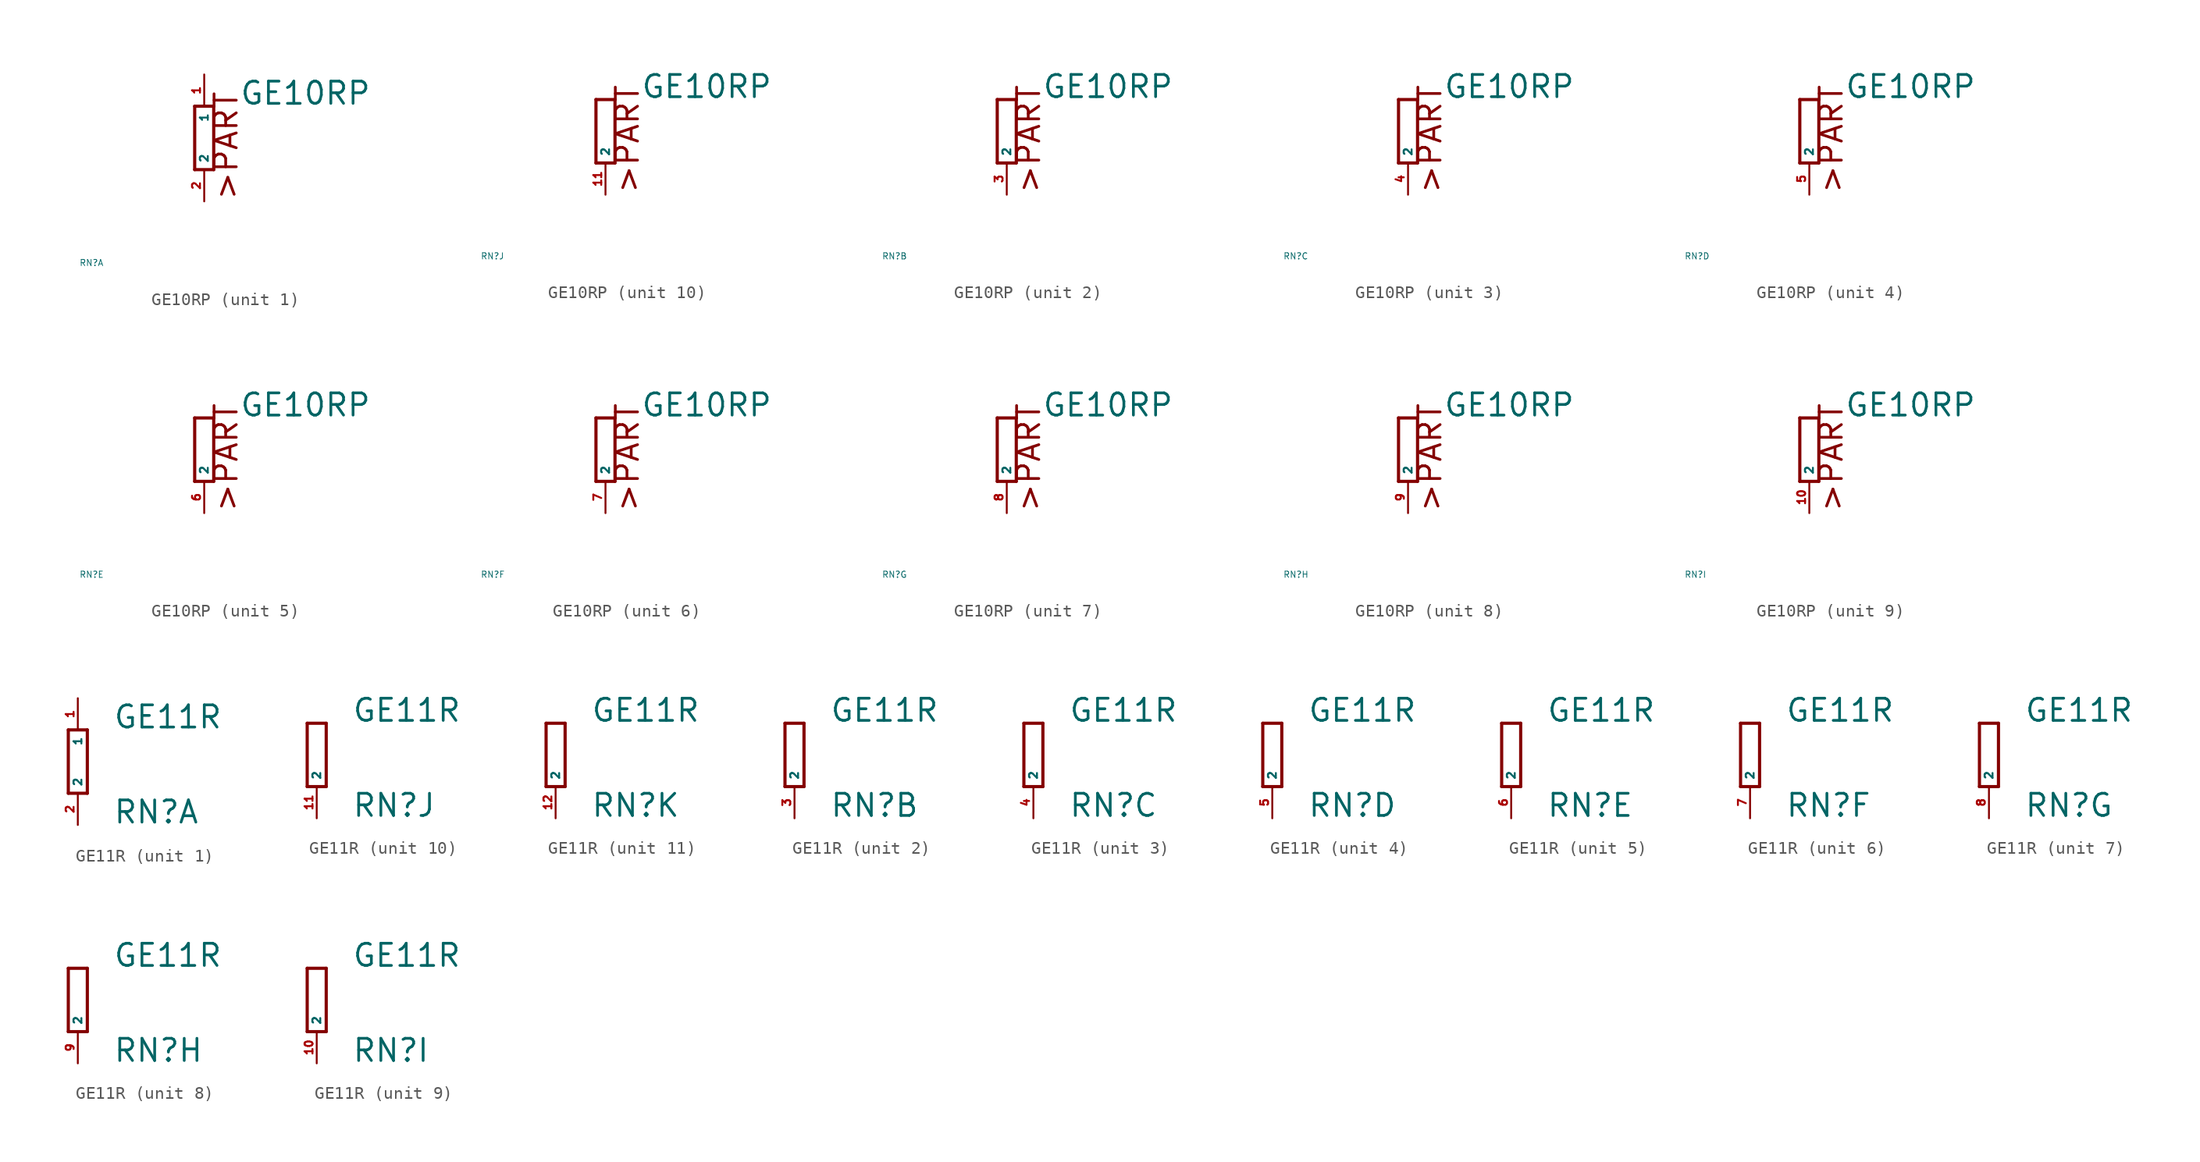
<source format=kicad_sym>
(kicad_symbol_lib
  (version 20220914)
  (generator Eagle2Kicad)
  (symbol "GE10RP"
    (property "Reference" "RN"
      (at -10 -10 0)
      (effects (font (size 0.5 0.5) (thickness 0.06)) (justify left)))
    (property "Value" "GE10RP"
      (at 2.794 2.54 0)
      (effects (font (size 1.778 1.778) (thickness 0.22)) (justify left bottom)))
    (symbol "GE10RP_1_0"
      (polyline (pts (xy 0.762 -2.54) (xy 0.762 2.54)) (stroke (width 0.254) (type default)) (fill (type none)))
      (polyline (pts (xy -0.762 2.54) (xy -0.762 -2.54)) (stroke (width 0.254) (type default)) (fill (type none)))
      (polyline (pts (xy 0.762 2.54) (xy -0.762 2.54)) (stroke (width 0.254) (type default)) (fill (type none)))
      (polyline (pts (xy -0.762 -2.54) (xy 0.762 -2.54)) (stroke (width 0.254) (type default)) (fill (type none)))
      (text ">PART" (at 2.794 -5.08 900) (effects (font (size 1.778 1.778) (thickness 0.22)) (justify left bottom)))
      (pin passive line (at 0 5.08 270) (length 2.54) (name "1" (effects (font (size 0.635 0.635) (thickness 0.08)) (justify left bottom))) (number "1" (effects (font (size 0.635 0.635) (thickness 0.08)) (justify left bottom))))
      (pin passive line (at 0 -5.08 90) (length 2.54) (name "2" (effects (font (size 0.635 0.635) (thickness 0.08)) (justify left bottom))) (number "2" (effects (font (size 0.635 0.635) (thickness 0.08)) (justify left bottom)))))
    (symbol "GE10RP_2_0"
      (polyline (pts (xy -0.762 2.54) (xy -0.762 -2.54)) (stroke (width 0.254) (type default)) (fill (type none)))
      (polyline (pts (xy 0.762 -2.54) (xy 0.762 2.54)) (stroke (width 0.254) (type default)) (fill (type none)))
      (polyline (pts (xy -0.762 -2.54) (xy 0.762 -2.54)) (stroke (width 0.254) (type default)) (fill (type none)))
      (polyline (pts (xy 0.762 2.54) (xy -0.762 2.54)) (stroke (width 0.254) (type default)) (fill (type none)))
      (text ">PART" (at 2.794 -5.08 900) (effects (font (size 1.778 1.778) (thickness 0.22)) (justify left bottom)))
      (pin passive line (at 0 -5.08 90) (length 2.54) (name "2" (effects (font (size 0.635 0.635) (thickness 0.08)) (justify left bottom))) (number "3" (effects (font (size 0.635 0.635) (thickness 0.08)) (justify left bottom)))))
    (symbol "GE10RP_3_0"
      (polyline (pts (xy -0.762 2.54) (xy -0.762 -2.54)) (stroke (width 0.254) (type default)) (fill (type none)))
      (polyline (pts (xy 0.762 -2.54) (xy 0.762 2.54)) (stroke (width 0.254) (type default)) (fill (type none)))
      (polyline (pts (xy -0.762 -2.54) (xy 0.762 -2.54)) (stroke (width 0.254) (type default)) (fill (type none)))
      (polyline (pts (xy 0.762 2.54) (xy -0.762 2.54)) (stroke (width 0.254) (type default)) (fill (type none)))
      (text ">PART" (at 2.794 -5.08 900) (effects (font (size 1.778 1.778) (thickness 0.22)) (justify left bottom)))
      (pin passive line (at 0 -5.08 90) (length 2.54) (name "2" (effects (font (size 0.635 0.635) (thickness 0.08)) (justify left bottom))) (number "4" (effects (font (size 0.635 0.635) (thickness 0.08)) (justify left bottom)))))
    (symbol "GE10RP_4_0"
      (polyline (pts (xy -0.762 2.54) (xy -0.762 -2.54)) (stroke (width 0.254) (type default)) (fill (type none)))
      (polyline (pts (xy 0.762 -2.54) (xy 0.762 2.54)) (stroke (width 0.254) (type default)) (fill (type none)))
      (polyline (pts (xy -0.762 -2.54) (xy 0.762 -2.54)) (stroke (width 0.254) (type default)) (fill (type none)))
      (polyline (pts (xy 0.762 2.54) (xy -0.762 2.54)) (stroke (width 0.254) (type default)) (fill (type none)))
      (text ">PART" (at 2.794 -5.08 900) (effects (font (size 1.778 1.778) (thickness 0.22)) (justify left bottom)))
      (pin passive line (at 0 -5.08 90) (length 2.54) (name "2" (effects (font (size 0.635 0.635) (thickness 0.08)) (justify left bottom))) (number "5" (effects (font (size 0.635 0.635) (thickness 0.08)) (justify left bottom)))))
    (symbol "GE10RP_5_0"
      (polyline (pts (xy -0.762 2.54) (xy -0.762 -2.54)) (stroke (width 0.254) (type default)) (fill (type none)))
      (polyline (pts (xy 0.762 -2.54) (xy 0.762 2.54)) (stroke (width 0.254) (type default)) (fill (type none)))
      (polyline (pts (xy -0.762 -2.54) (xy 0.762 -2.54)) (stroke (width 0.254) (type default)) (fill (type none)))
      (polyline (pts (xy 0.762 2.54) (xy -0.762 2.54)) (stroke (width 0.254) (type default)) (fill (type none)))
      (text ">PART" (at 2.794 -5.08 900) (effects (font (size 1.778 1.778) (thickness 0.22)) (justify left bottom)))
      (pin passive line (at 0 -5.08 90) (length 2.54) (name "2" (effects (font (size 0.635 0.635) (thickness 0.08)) (justify left bottom))) (number "6" (effects (font (size 0.635 0.635) (thickness 0.08)) (justify left bottom)))))
    (symbol "GE10RP_6_0"
      (polyline (pts (xy -0.762 2.54) (xy -0.762 -2.54)) (stroke (width 0.254) (type default)) (fill (type none)))
      (polyline (pts (xy 0.762 -2.54) (xy 0.762 2.54)) (stroke (width 0.254) (type default)) (fill (type none)))
      (polyline (pts (xy -0.762 -2.54) (xy 0.762 -2.54)) (stroke (width 0.254) (type default)) (fill (type none)))
      (polyline (pts (xy 0.762 2.54) (xy -0.762 2.54)) (stroke (width 0.254) (type default)) (fill (type none)))
      (text ">PART" (at 2.794 -5.08 900) (effects (font (size 1.778 1.778) (thickness 0.22)) (justify left bottom)))
      (pin passive line (at 0 -5.08 90) (length 2.54) (name "2" (effects (font (size 0.635 0.635) (thickness 0.08)) (justify left bottom))) (number "7" (effects (font (size 0.635 0.635) (thickness 0.08)) (justify left bottom)))))
    (symbol "GE10RP_7_0"
      (polyline (pts (xy -0.762 2.54) (xy -0.762 -2.54)) (stroke (width 0.254) (type default)) (fill (type none)))
      (polyline (pts (xy 0.762 -2.54) (xy 0.762 2.54)) (stroke (width 0.254) (type default)) (fill (type none)))
      (polyline (pts (xy -0.762 -2.54) (xy 0.762 -2.54)) (stroke (width 0.254) (type default)) (fill (type none)))
      (polyline (pts (xy 0.762 2.54) (xy -0.762 2.54)) (stroke (width 0.254) (type default)) (fill (type none)))
      (text ">PART" (at 2.794 -5.08 900) (effects (font (size 1.778 1.778) (thickness 0.22)) (justify left bottom)))
      (pin passive line (at 0 -5.08 90) (length 2.54) (name "2" (effects (font (size 0.635 0.635) (thickness 0.08)) (justify left bottom))) (number "8" (effects (font (size 0.635 0.635) (thickness 0.08)) (justify left bottom)))))
    (symbol "GE10RP_8_0"
      (polyline (pts (xy -0.762 2.54) (xy -0.762 -2.54)) (stroke (width 0.254) (type default)) (fill (type none)))
      (polyline (pts (xy 0.762 -2.54) (xy 0.762 2.54)) (stroke (width 0.254) (type default)) (fill (type none)))
      (polyline (pts (xy -0.762 -2.54) (xy 0.762 -2.54)) (stroke (width 0.254) (type default)) (fill (type none)))
      (polyline (pts (xy 0.762 2.54) (xy -0.762 2.54)) (stroke (width 0.254) (type default)) (fill (type none)))
      (text ">PART" (at 2.794 -5.08 900) (effects (font (size 1.778 1.778) (thickness 0.22)) (justify left bottom)))
      (pin passive line (at 0 -5.08 90) (length 2.54) (name "2" (effects (font (size 0.635 0.635) (thickness 0.08)) (justify left bottom))) (number "9" (effects (font (size 0.635 0.635) (thickness 0.08)) (justify left bottom)))))
    (symbol "GE10RP_9_0"
      (polyline (pts (xy -0.762 2.54) (xy -0.762 -2.54)) (stroke (width 0.254) (type default)) (fill (type none)))
      (polyline (pts (xy 0.762 -2.54) (xy 0.762 2.54)) (stroke (width 0.254) (type default)) (fill (type none)))
      (polyline (pts (xy -0.762 -2.54) (xy 0.762 -2.54)) (stroke (width 0.254) (type default)) (fill (type none)))
      (polyline (pts (xy 0.762 2.54) (xy -0.762 2.54)) (stroke (width 0.254) (type default)) (fill (type none)))
      (text ">PART" (at 2.794 -5.08 900) (effects (font (size 1.778 1.778) (thickness 0.22)) (justify left bottom)))
      (pin passive line (at 0 -5.08 90) (length 2.54) (name "2" (effects (font (size 0.635 0.635) (thickness 0.08)) (justify left bottom))) (number "10" (effects (font (size 0.635 0.635) (thickness 0.08)) (justify left bottom)))))
    (symbol "GE10RP_10_0"
      (polyline (pts (xy -0.762 2.54) (xy -0.762 -2.54)) (stroke (width 0.254) (type default)) (fill (type none)))
      (polyline (pts (xy 0.762 -2.54) (xy 0.762 2.54)) (stroke (width 0.254) (type default)) (fill (type none)))
      (polyline (pts (xy -0.762 -2.54) (xy 0.762 -2.54)) (stroke (width 0.254) (type default)) (fill (type none)))
      (polyline (pts (xy 0.762 2.54) (xy -0.762 2.54)) (stroke (width 0.254) (type default)) (fill (type none)))
      (text ">PART" (at 2.794 -5.08 900) (effects (font (size 1.778 1.778) (thickness 0.22)) (justify left bottom)))
      (pin passive line (at 0 -5.08 90) (length 2.54) (name "2" (effects (font (size 0.635 0.635) (thickness 0.08)) (justify left bottom))) (number "11" (effects (font (size 0.635 0.635) (thickness 0.08)) (justify left bottom))))))
  (symbol "GE11R"
    (property "Reference" "RN"
      (at 2.794 -5.08 0)
      (effects (font (size 1.778 1.778) (thickness 0.22)) (justify left bottom)))
    (property "Value" "GE11R"
      (at 2.794 2.54 0)
      (effects (font (size 1.778 1.778) (thickness 0.22)) (justify left bottom)))
    (symbol "GE11R_1_0"
      (polyline (pts (xy 0.762 -2.54) (xy 0.762 2.54)) (stroke (width 0.254) (type default)) (fill (type none)))
      (polyline (pts (xy -0.762 2.54) (xy -0.762 -2.54)) (stroke (width 0.254) (type default)) (fill (type none)))
      (polyline (pts (xy 0.762 2.54) (xy -0.762 2.54)) (stroke (width 0.254) (type default)) (fill (type none)))
      (polyline (pts (xy -0.762 -2.54) (xy 0.762 -2.54)) (stroke (width 0.254) (type default)) (fill (type none)))
      (pin passive line (at 0 5.08 270) (length 2.54) (name "1" (effects (font (size 0.635 0.635) (thickness 0.08)) (justify left bottom))) (number "1" (effects (font (size 0.635 0.635) (thickness 0.08)) (justify left bottom))))
      (pin passive line (at 0 -5.08 90) (length 2.54) (name "2" (effects (font (size 0.635 0.635) (thickness 0.08)) (justify left bottom))) (number "2" (effects (font (size 0.635 0.635) (thickness 0.08)) (justify left bottom)))))
    (symbol "GE11R_2_0"
      (polyline (pts (xy -0.762 2.54) (xy -0.762 -2.54)) (stroke (width 0.254) (type default)) (fill (type none)))
      (polyline (pts (xy 0.762 -2.54) (xy 0.762 2.54)) (stroke (width 0.254) (type default)) (fill (type none)))
      (polyline (pts (xy -0.762 -2.54) (xy 0.762 -2.54)) (stroke (width 0.254) (type default)) (fill (type none)))
      (polyline (pts (xy 0.762 2.54) (xy -0.762 2.54)) (stroke (width 0.254) (type default)) (fill (type none)))
      (pin passive line (at 0 -5.08 90) (length 2.54) (name "2" (effects (font (size 0.635 0.635) (thickness 0.08)) (justify left bottom))) (number "3" (effects (font (size 0.635 0.635) (thickness 0.08)) (justify left bottom)))))
    (symbol "GE11R_3_0"
      (polyline (pts (xy -0.762 2.54) (xy -0.762 -2.54)) (stroke (width 0.254) (type default)) (fill (type none)))
      (polyline (pts (xy 0.762 -2.54) (xy 0.762 2.54)) (stroke (width 0.254) (type default)) (fill (type none)))
      (polyline (pts (xy -0.762 -2.54) (xy 0.762 -2.54)) (stroke (width 0.254) (type default)) (fill (type none)))
      (polyline (pts (xy 0.762 2.54) (xy -0.762 2.54)) (stroke (width 0.254) (type default)) (fill (type none)))
      (pin passive line (at 0 -5.08 90) (length 2.54) (name "2" (effects (font (size 0.635 0.635) (thickness 0.08)) (justify left bottom))) (number "4" (effects (font (size 0.635 0.635) (thickness 0.08)) (justify left bottom)))))
    (symbol "GE11R_4_0"
      (polyline (pts (xy -0.762 2.54) (xy -0.762 -2.54)) (stroke (width 0.254) (type default)) (fill (type none)))
      (polyline (pts (xy 0.762 -2.54) (xy 0.762 2.54)) (stroke (width 0.254) (type default)) (fill (type none)))
      (polyline (pts (xy -0.762 -2.54) (xy 0.762 -2.54)) (stroke (width 0.254) (type default)) (fill (type none)))
      (polyline (pts (xy 0.762 2.54) (xy -0.762 2.54)) (stroke (width 0.254) (type default)) (fill (type none)))
      (pin passive line (at 0 -5.08 90) (length 2.54) (name "2" (effects (font (size 0.635 0.635) (thickness 0.08)) (justify left bottom))) (number "5" (effects (font (size 0.635 0.635) (thickness 0.08)) (justify left bottom)))))
    (symbol "GE11R_5_0"
      (polyline (pts (xy -0.762 2.54) (xy -0.762 -2.54)) (stroke (width 0.254) (type default)) (fill (type none)))
      (polyline (pts (xy 0.762 -2.54) (xy 0.762 2.54)) (stroke (width 0.254) (type default)) (fill (type none)))
      (polyline (pts (xy -0.762 -2.54) (xy 0.762 -2.54)) (stroke (width 0.254) (type default)) (fill (type none)))
      (polyline (pts (xy 0.762 2.54) (xy -0.762 2.54)) (stroke (width 0.254) (type default)) (fill (type none)))
      (pin passive line (at 0 -5.08 90) (length 2.54) (name "2" (effects (font (size 0.635 0.635) (thickness 0.08)) (justify left bottom))) (number "6" (effects (font (size 0.635 0.635) (thickness 0.08)) (justify left bottom)))))
    (symbol "GE11R_6_0"
      (polyline (pts (xy -0.762 2.54) (xy -0.762 -2.54)) (stroke (width 0.254) (type default)) (fill (type none)))
      (polyline (pts (xy 0.762 -2.54) (xy 0.762 2.54)) (stroke (width 0.254) (type default)) (fill (type none)))
      (polyline (pts (xy -0.762 -2.54) (xy 0.762 -2.54)) (stroke (width 0.254) (type default)) (fill (type none)))
      (polyline (pts (xy 0.762 2.54) (xy -0.762 2.54)) (stroke (width 0.254) (type default)) (fill (type none)))
      (pin passive line (at 0 -5.08 90) (length 2.54) (name "2" (effects (font (size 0.635 0.635) (thickness 0.08)) (justify left bottom))) (number "7" (effects (font (size 0.635 0.635) (thickness 0.08)) (justify left bottom)))))
    (symbol "GE11R_7_0"
      (polyline (pts (xy -0.762 2.54) (xy -0.762 -2.54)) (stroke (width 0.254) (type default)) (fill (type none)))
      (polyline (pts (xy 0.762 -2.54) (xy 0.762 2.54)) (stroke (width 0.254) (type default)) (fill (type none)))
      (polyline (pts (xy -0.762 -2.54) (xy 0.762 -2.54)) (stroke (width 0.254) (type default)) (fill (type none)))
      (polyline (pts (xy 0.762 2.54) (xy -0.762 2.54)) (stroke (width 0.254) (type default)) (fill (type none)))
      (pin passive line (at 0 -5.08 90) (length 2.54) (name "2" (effects (font (size 0.635 0.635) (thickness 0.08)) (justify left bottom))) (number "8" (effects (font (size 0.635 0.635) (thickness 0.08)) (justify left bottom)))))
    (symbol "GE11R_8_0"
      (polyline (pts (xy -0.762 2.54) (xy -0.762 -2.54)) (stroke (width 0.254) (type default)) (fill (type none)))
      (polyline (pts (xy 0.762 -2.54) (xy 0.762 2.54)) (stroke (width 0.254) (type default)) (fill (type none)))
      (polyline (pts (xy -0.762 -2.54) (xy 0.762 -2.54)) (stroke (width 0.254) (type default)) (fill (type none)))
      (polyline (pts (xy 0.762 2.54) (xy -0.762 2.54)) (stroke (width 0.254) (type default)) (fill (type none)))
      (pin passive line (at 0 -5.08 90) (length 2.54) (name "2" (effects (font (size 0.635 0.635) (thickness 0.08)) (justify left bottom))) (number "9" (effects (font (size 0.635 0.635) (thickness 0.08)) (justify left bottom)))))
    (symbol "GE11R_9_0"
      (polyline (pts (xy -0.762 2.54) (xy -0.762 -2.54)) (stroke (width 0.254) (type default)) (fill (type none)))
      (polyline (pts (xy 0.762 -2.54) (xy 0.762 2.54)) (stroke (width 0.254) (type default)) (fill (type none)))
      (polyline (pts (xy -0.762 -2.54) (xy 0.762 -2.54)) (stroke (width 0.254) (type default)) (fill (type none)))
      (polyline (pts (xy 0.762 2.54) (xy -0.762 2.54)) (stroke (width 0.254) (type default)) (fill (type none)))
      (pin passive line (at 0 -5.08 90) (length 2.54) (name "2" (effects (font (size 0.635 0.635) (thickness 0.08)) (justify left bottom))) (number "10" (effects (font (size 0.635 0.635) (thickness 0.08)) (justify left bottom)))))
    (symbol "GE11R_10_0"
      (polyline (pts (xy -0.762 2.54) (xy -0.762 -2.54)) (stroke (width 0.254) (type default)) (fill (type none)))
      (polyline (pts (xy 0.762 -2.54) (xy 0.762 2.54)) (stroke (width 0.254) (type default)) (fill (type none)))
      (polyline (pts (xy -0.762 -2.54) (xy 0.762 -2.54)) (stroke (width 0.254) (type default)) (fill (type none)))
      (polyline (pts (xy 0.762 2.54) (xy -0.762 2.54)) (stroke (width 0.254) (type default)) (fill (type none)))
      (pin passive line (at 0 -5.08 90) (length 2.54) (name "2" (effects (font (size 0.635 0.635) (thickness 0.08)) (justify left bottom))) (number "11" (effects (font (size 0.635 0.635) (thickness 0.08)) (justify left bottom)))))
    (symbol "GE11R_11_0"
      (polyline (pts (xy -0.762 2.54) (xy -0.762 -2.54)) (stroke (width 0.254) (type default)) (fill (type none)))
      (polyline (pts (xy 0.762 -2.54) (xy 0.762 2.54)) (stroke (width 0.254) (type default)) (fill (type none)))
      (polyline (pts (xy -0.762 -2.54) (xy 0.762 -2.54)) (stroke (width 0.254) (type default)) (fill (type none)))
      (polyline (pts (xy 0.762 2.54) (xy -0.762 2.54)) (stroke (width 0.254) (type default)) (fill (type none)))
      (pin passive line (at 0 -5.08 90) (length 2.54) (name "2" (effects (font (size 0.635 0.635) (thickness 0.08)) (justify left bottom))) (number "12" (effects (font (size 0.635 0.635) (thickness 0.08)) (justify left bottom)))))))
</source>
